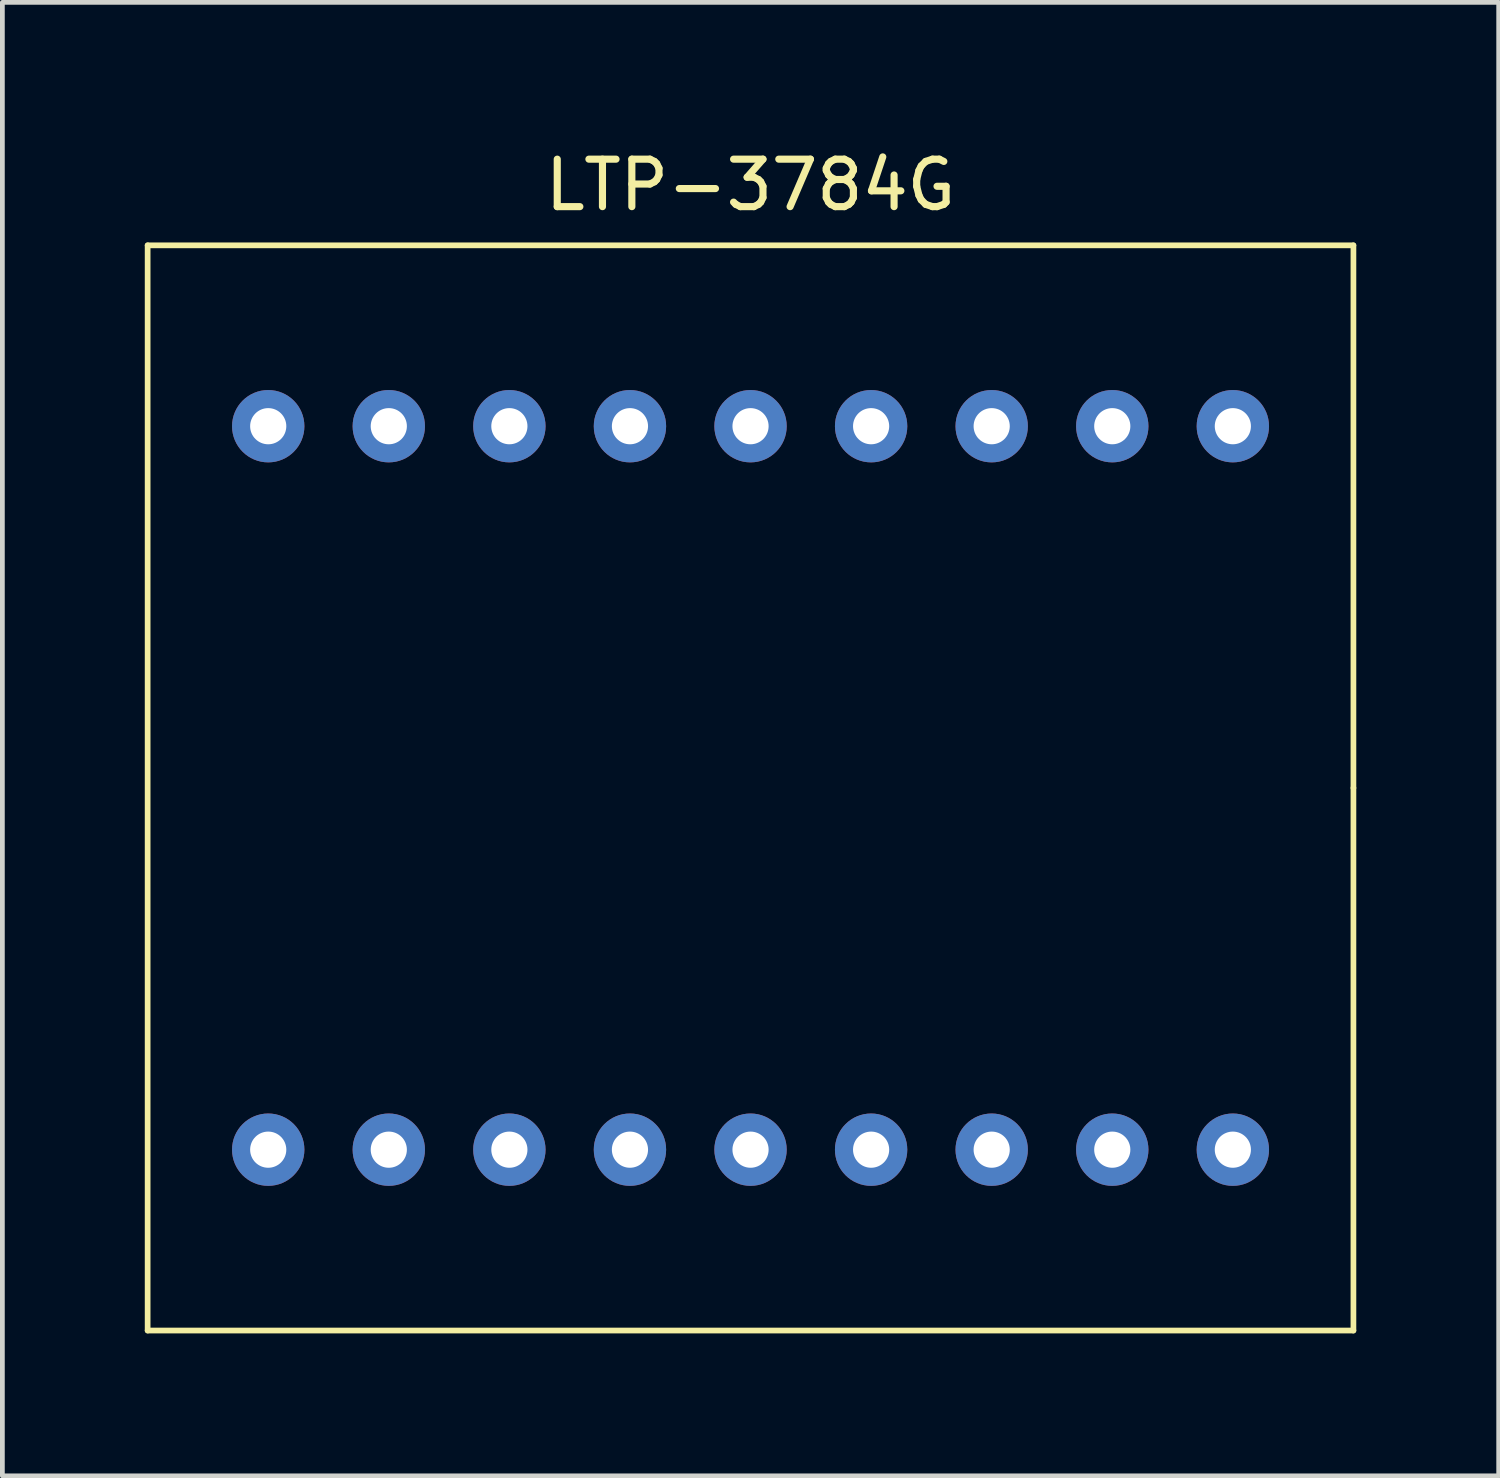
<source format=kicad_pcb>
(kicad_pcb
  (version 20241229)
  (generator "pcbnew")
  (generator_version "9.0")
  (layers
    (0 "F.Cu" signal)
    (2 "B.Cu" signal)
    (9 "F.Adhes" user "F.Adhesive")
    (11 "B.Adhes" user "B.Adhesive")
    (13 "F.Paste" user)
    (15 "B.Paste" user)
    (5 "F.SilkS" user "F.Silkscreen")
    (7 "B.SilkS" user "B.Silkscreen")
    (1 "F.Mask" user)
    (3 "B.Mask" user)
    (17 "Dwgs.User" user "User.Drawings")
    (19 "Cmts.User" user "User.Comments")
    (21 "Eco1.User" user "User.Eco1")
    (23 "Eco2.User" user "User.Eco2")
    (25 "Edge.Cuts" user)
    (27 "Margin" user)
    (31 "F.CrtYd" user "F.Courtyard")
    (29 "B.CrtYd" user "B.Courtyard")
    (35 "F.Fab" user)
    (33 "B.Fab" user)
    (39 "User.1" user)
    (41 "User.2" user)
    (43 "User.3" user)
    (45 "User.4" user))
  (footprint "LTP-3784G"
    (layer "F.Cu")
    (at 12.76 2.118)
    (property "Reference" "LTP-3784G" (at 0 -1.27 0) (layer "F.SilkS") (effects (font (size 1 1) (thickness 0.15))))
    (attr through_hole)
    (fp_line (start -12.7 0) (end -12.7 22.86) (stroke (width 0.12) (type solid)) (layer "F.SilkS"))
    (fp_line (start -12.7 22.86) (end 12.7 22.86) (stroke (width 0.12) (type solid)) (layer "F.SilkS"))
    (fp_line (start 12.7 0) (end -12.7 0) (stroke (width 0.12) (type solid)) (layer "F.SilkS"))
    (fp_line (start 12.7 11.43) (end 12.7 0) (stroke (width 0.12) (type solid)) (layer "F.SilkS"))
    (fp_line (start 12.7 22.86) (end 12.7 11.43) (stroke (width 0.12) (type solid)) (layer "F.SilkS"))
    (pad "1" thru_hole circle (at -10.16 19.05) (size 1.524 1.524) (drill 0.762) (layers "*.Cu" "*.Mask"))
    (pad "2" thru_hole circle (at -7.62 19.05) (size 1.524 1.524) (drill 0.762) (layers "*.Cu" "*.Mask"))
    (pad "3" thru_hole circle (at -5.08 19.05) (size 1.524 1.524) (drill 0.762) (layers "*.Cu" "*.Mask"))
    (pad "4" thru_hole circle (at -2.54 19.05) (size 1.524 1.524) (drill 0.762) (layers "*.Cu" "*.Mask"))
    (pad "5" thru_hole circle (at 0 19.05) (size 1.524 1.524) (drill 0.762) (layers "*.Cu" "*.Mask"))
    (pad "6" thru_hole circle (at 2.54 19.05) (size 1.524 1.524) (drill 0.762) (layers "*.Cu" "*.Mask"))
    (pad "7" thru_hole circle (at 5.08 19.05) (size 1.524 1.524) (drill 0.762) (layers "*.Cu" "*.Mask"))
    (pad "8" thru_hole circle (at 7.62 19.05) (size 1.524 1.524) (drill 0.762) (layers "*.Cu" "*.Mask"))
    (pad "9" thru_hole circle (at 10.16 19.05) (size 1.524 1.524) (drill 0.762) (layers "*.Cu" "*.Mask"))
    (pad "10" thru_hole circle (at 10.16 3.81) (size 1.524 1.524) (drill 0.762) (layers "*.Cu" "*.Mask"))
    (pad "11" thru_hole circle (at 7.62 3.81) (size 1.524 1.524) (drill 0.762) (layers "*.Cu" "*.Mask"))
    (pad "12" thru_hole circle (at 5.08 3.81) (size 1.524 1.524) (drill 0.762) (layers "*.Cu" "*.Mask"))
    (pad "13" thru_hole circle (at 2.54 3.81) (size 1.524 1.524) (drill 0.762) (layers "*.Cu" "*.Mask"))
    (pad "14" thru_hole circle (at 0 3.81) (size 1.524 1.524) (drill 0.762) (layers "*.Cu" "*.Mask"))
    (pad "15" thru_hole circle (at -2.54 3.81) (size 1.524 1.524) (drill 0.762) (layers "*.Cu" "*.Mask"))
    (pad "16" thru_hole circle (at -5.08 3.81) (size 1.524 1.524) (drill 0.762) (layers "*.Cu" "*.Mask"))
    (pad "17" thru_hole circle (at -7.62 3.81) (size 1.524 1.524) (drill 0.762) (layers "*.Cu" "*.Mask"))
    (pad "18" thru_hole circle (at -10.16 3.81) (size 1.524 1.524) (drill 0.762) (layers "*.Cu" "*.Mask")))
  (gr_rect
    (start -3 -3)
    (end 28.52 28.038)
    (stroke (width 0.1) (type default))
    (fill no)
    (layer "Edge.Cuts")))
</source>
